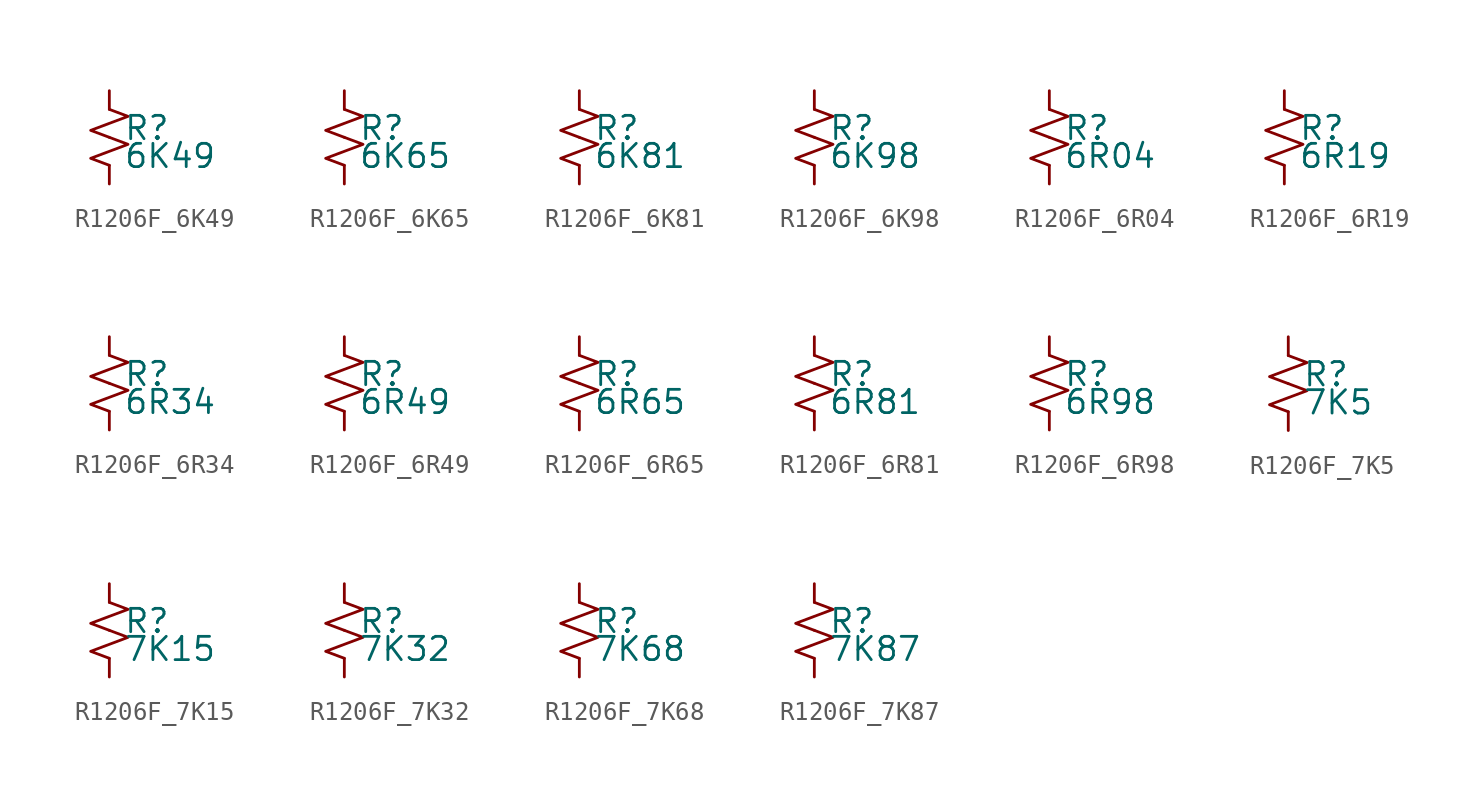
<source format=kicad_sym>
(kicad_symbol_lib
  (version 20220914)
  (generator kicad_symbol_editor)
  (symbol "R1206F_6K49"
    (pin_numbers hide)
    (pin_names
      (offset 0.254) hide)
    (property "Reference" "R"
      (at 0.762 0.508 0)
      (effects (font (size 1.27 1.27)) (justify left)))
    (property "Value" "6K49"
      (at 0.762 -1.016 0)
      (effects (font (size 1.27 1.27)) (justify left)))
    (symbol "R1206F_6K49_1_1"
      (polyline (pts (xy 0 0) (xy 1.016 -0.381) (xy 0 -0.762) (xy -1.016 -1.143) (xy 0 -1.524)) (stroke (width 0) (type default)) (fill (type none)))
      (polyline (pts (xy 0 1.524) (xy 1.016 1.143) (xy 0 0.762) (xy -1.016 0.381) (xy 0 0)) (stroke (width 0) (type default)) (fill (type none)))
      (pin passive line (at 0 2.54 270) (length 1.016) (name "~" (effects (font (size 1.27 1.27)))) (number "1" (effects (font (size 1.27 1.27)))))
      (pin passive line (at 0 -2.54 90) (length 1.016) (name "~" (effects (font (size 1.27 1.27)))) (number "2" (effects (font (size 1.27 1.27)))))))
  (symbol "R1206F_6K65"
    (pin_numbers hide)
    (pin_names
      (offset 0.254) hide)
    (property "Reference" "R"
      (at 0.762 0.508 0)
      (effects (font (size 1.27 1.27)) (justify left)))
    (property "Value" "6K65"
      (at 0.762 -1.016 0)
      (effects (font (size 1.27 1.27)) (justify left)))
    (symbol "R1206F_6K65_1_1"
      (polyline (pts (xy 0 0) (xy 1.016 -0.381) (xy 0 -0.762) (xy -1.016 -1.143) (xy 0 -1.524)) (stroke (width 0) (type default)) (fill (type none)))
      (polyline (pts (xy 0 1.524) (xy 1.016 1.143) (xy 0 0.762) (xy -1.016 0.381) (xy 0 0)) (stroke (width 0) (type default)) (fill (type none)))
      (pin passive line (at 0 2.54 270) (length 1.016) (name "~" (effects (font (size 1.27 1.27)))) (number "1" (effects (font (size 1.27 1.27)))))
      (pin passive line (at 0 -2.54 90) (length 1.016) (name "~" (effects (font (size 1.27 1.27)))) (number "2" (effects (font (size 1.27 1.27)))))))
  (symbol "R1206F_6K81"
    (pin_numbers hide)
    (pin_names
      (offset 0.254) hide)
    (property "Reference" "R"
      (at 0.762 0.508 0)
      (effects (font (size 1.27 1.27)) (justify left)))
    (property "Value" "6K81"
      (at 0.762 -1.016 0)
      (effects (font (size 1.27 1.27)) (justify left)))
    (symbol "R1206F_6K81_1_1"
      (polyline (pts (xy 0 0) (xy 1.016 -0.381) (xy 0 -0.762) (xy -1.016 -1.143) (xy 0 -1.524)) (stroke (width 0) (type default)) (fill (type none)))
      (polyline (pts (xy 0 1.524) (xy 1.016 1.143) (xy 0 0.762) (xy -1.016 0.381) (xy 0 0)) (stroke (width 0) (type default)) (fill (type none)))
      (pin passive line (at 0 2.54 270) (length 1.016) (name "~" (effects (font (size 1.27 1.27)))) (number "1" (effects (font (size 1.27 1.27)))))
      (pin passive line (at 0 -2.54 90) (length 1.016) (name "~" (effects (font (size 1.27 1.27)))) (number "2" (effects (font (size 1.27 1.27)))))))
  (symbol "R1206F_6K98"
    (pin_numbers hide)
    (pin_names
      (offset 0.254) hide)
    (property "Reference" "R"
      (at 0.762 0.508 0)
      (effects (font (size 1.27 1.27)) (justify left)))
    (property "Value" "6K98"
      (at 0.762 -1.016 0)
      (effects (font (size 1.27 1.27)) (justify left)))
    (symbol "R1206F_6K98_1_1"
      (polyline (pts (xy 0 0) (xy 1.016 -0.381) (xy 0 -0.762) (xy -1.016 -1.143) (xy 0 -1.524)) (stroke (width 0) (type default)) (fill (type none)))
      (polyline (pts (xy 0 1.524) (xy 1.016 1.143) (xy 0 0.762) (xy -1.016 0.381) (xy 0 0)) (stroke (width 0) (type default)) (fill (type none)))
      (pin passive line (at 0 2.54 270) (length 1.016) (name "~" (effects (font (size 1.27 1.27)))) (number "1" (effects (font (size 1.27 1.27)))))
      (pin passive line (at 0 -2.54 90) (length 1.016) (name "~" (effects (font (size 1.27 1.27)))) (number "2" (effects (font (size 1.27 1.27)))))))
  (symbol "R1206F_6R04"
    (pin_numbers hide)
    (pin_names
      (offset 0.254) hide)
    (property "Reference" "R"
      (at 0.762 0.508 0)
      (effects (font (size 1.27 1.27)) (justify left)))
    (property "Value" "6R04"
      (at 0.762 -1.016 0)
      (effects (font (size 1.27 1.27)) (justify left)))
    (symbol "R1206F_6R04_1_1"
      (polyline (pts (xy 0 0) (xy 1.016 -0.381) (xy 0 -0.762) (xy -1.016 -1.143) (xy 0 -1.524)) (stroke (width 0) (type default)) (fill (type none)))
      (polyline (pts (xy 0 1.524) (xy 1.016 1.143) (xy 0 0.762) (xy -1.016 0.381) (xy 0 0)) (stroke (width 0) (type default)) (fill (type none)))
      (pin passive line (at 0 2.54 270) (length 1.016) (name "~" (effects (font (size 1.27 1.27)))) (number "1" (effects (font (size 1.27 1.27)))))
      (pin passive line (at 0 -2.54 90) (length 1.016) (name "~" (effects (font (size 1.27 1.27)))) (number "2" (effects (font (size 1.27 1.27)))))))
  (symbol "R1206F_6R19"
    (pin_numbers hide)
    (pin_names
      (offset 0.254) hide)
    (property "Reference" "R"
      (at 0.762 0.508 0)
      (effects (font (size 1.27 1.27)) (justify left)))
    (property "Value" "6R19"
      (at 0.762 -1.016 0)
      (effects (font (size 1.27 1.27)) (justify left)))
    (symbol "R1206F_6R19_1_1"
      (polyline (pts (xy 0 0) (xy 1.016 -0.381) (xy 0 -0.762) (xy -1.016 -1.143) (xy 0 -1.524)) (stroke (width 0) (type default)) (fill (type none)))
      (polyline (pts (xy 0 1.524) (xy 1.016 1.143) (xy 0 0.762) (xy -1.016 0.381) (xy 0 0)) (stroke (width 0) (type default)) (fill (type none)))
      (pin passive line (at 0 2.54 270) (length 1.016) (name "~" (effects (font (size 1.27 1.27)))) (number "1" (effects (font (size 1.27 1.27)))))
      (pin passive line (at 0 -2.54 90) (length 1.016) (name "~" (effects (font (size 1.27 1.27)))) (number "2" (effects (font (size 1.27 1.27)))))))
  (symbol "R1206F_6R34"
    (pin_numbers hide)
    (pin_names
      (offset 0.254) hide)
    (property "Reference" "R"
      (at 0.762 0.508 0)
      (effects (font (size 1.27 1.27)) (justify left)))
    (property "Value" "6R34"
      (at 0.762 -1.016 0)
      (effects (font (size 1.27 1.27)) (justify left)))
    (symbol "R1206F_6R34_1_1"
      (polyline (pts (xy 0 0) (xy 1.016 -0.381) (xy 0 -0.762) (xy -1.016 -1.143) (xy 0 -1.524)) (stroke (width 0) (type default)) (fill (type none)))
      (polyline (pts (xy 0 1.524) (xy 1.016 1.143) (xy 0 0.762) (xy -1.016 0.381) (xy 0 0)) (stroke (width 0) (type default)) (fill (type none)))
      (pin passive line (at 0 2.54 270) (length 1.016) (name "~" (effects (font (size 1.27 1.27)))) (number "1" (effects (font (size 1.27 1.27)))))
      (pin passive line (at 0 -2.54 90) (length 1.016) (name "~" (effects (font (size 1.27 1.27)))) (number "2" (effects (font (size 1.27 1.27)))))))
  (symbol "R1206F_6R49"
    (pin_numbers hide)
    (pin_names
      (offset 0.254) hide)
    (property "Reference" "R"
      (at 0.762 0.508 0)
      (effects (font (size 1.27 1.27)) (justify left)))
    (property "Value" "6R49"
      (at 0.762 -1.016 0)
      (effects (font (size 1.27 1.27)) (justify left)))
    (symbol "R1206F_6R49_1_1"
      (polyline (pts (xy 0 0) (xy 1.016 -0.381) (xy 0 -0.762) (xy -1.016 -1.143) (xy 0 -1.524)) (stroke (width 0) (type default)) (fill (type none)))
      (polyline (pts (xy 0 1.524) (xy 1.016 1.143) (xy 0 0.762) (xy -1.016 0.381) (xy 0 0)) (stroke (width 0) (type default)) (fill (type none)))
      (pin passive line (at 0 2.54 270) (length 1.016) (name "~" (effects (font (size 1.27 1.27)))) (number "1" (effects (font (size 1.27 1.27)))))
      (pin passive line (at 0 -2.54 90) (length 1.016) (name "~" (effects (font (size 1.27 1.27)))) (number "2" (effects (font (size 1.27 1.27)))))))
  (symbol "R1206F_6R65"
    (pin_numbers hide)
    (pin_names
      (offset 0.254) hide)
    (property "Reference" "R"
      (at 0.762 0.508 0)
      (effects (font (size 1.27 1.27)) (justify left)))
    (property "Value" "6R65"
      (at 0.762 -1.016 0)
      (effects (font (size 1.27 1.27)) (justify left)))
    (symbol "R1206F_6R65_1_1"
      (polyline (pts (xy 0 0) (xy 1.016 -0.381) (xy 0 -0.762) (xy -1.016 -1.143) (xy 0 -1.524)) (stroke (width 0) (type default)) (fill (type none)))
      (polyline (pts (xy 0 1.524) (xy 1.016 1.143) (xy 0 0.762) (xy -1.016 0.381) (xy 0 0)) (stroke (width 0) (type default)) (fill (type none)))
      (pin passive line (at 0 2.54 270) (length 1.016) (name "~" (effects (font (size 1.27 1.27)))) (number "1" (effects (font (size 1.27 1.27)))))
      (pin passive line (at 0 -2.54 90) (length 1.016) (name "~" (effects (font (size 1.27 1.27)))) (number "2" (effects (font (size 1.27 1.27)))))))
  (symbol "R1206F_6R81"
    (pin_numbers hide)
    (pin_names
      (offset 0.254) hide)
    (property "Reference" "R"
      (at 0.762 0.508 0)
      (effects (font (size 1.27 1.27)) (justify left)))
    (property "Value" "6R81"
      (at 0.762 -1.016 0)
      (effects (font (size 1.27 1.27)) (justify left)))
    (symbol "R1206F_6R81_1_1"
      (polyline (pts (xy 0 0) (xy 1.016 -0.381) (xy 0 -0.762) (xy -1.016 -1.143) (xy 0 -1.524)) (stroke (width 0) (type default)) (fill (type none)))
      (polyline (pts (xy 0 1.524) (xy 1.016 1.143) (xy 0 0.762) (xy -1.016 0.381) (xy 0 0)) (stroke (width 0) (type default)) (fill (type none)))
      (pin passive line (at 0 2.54 270) (length 1.016) (name "~" (effects (font (size 1.27 1.27)))) (number "1" (effects (font (size 1.27 1.27)))))
      (pin passive line (at 0 -2.54 90) (length 1.016) (name "~" (effects (font (size 1.27 1.27)))) (number "2" (effects (font (size 1.27 1.27)))))))
  (symbol "R1206F_6R98"
    (pin_numbers hide)
    (pin_names
      (offset 0.254) hide)
    (property "Reference" "R"
      (at 0.762 0.508 0)
      (effects (font (size 1.27 1.27)) (justify left)))
    (property "Value" "6R98"
      (at 0.762 -1.016 0)
      (effects (font (size 1.27 1.27)) (justify left)))
    (symbol "R1206F_6R98_1_1"
      (polyline (pts (xy 0 0) (xy 1.016 -0.381) (xy 0 -0.762) (xy -1.016 -1.143) (xy 0 -1.524)) (stroke (width 0) (type default)) (fill (type none)))
      (polyline (pts (xy 0 1.524) (xy 1.016 1.143) (xy 0 0.762) (xy -1.016 0.381) (xy 0 0)) (stroke (width 0) (type default)) (fill (type none)))
      (pin passive line (at 0 2.54 270) (length 1.016) (name "~" (effects (font (size 1.27 1.27)))) (number "1" (effects (font (size 1.27 1.27)))))
      (pin passive line (at 0 -2.54 90) (length 1.016) (name "~" (effects (font (size 1.27 1.27)))) (number "2" (effects (font (size 1.27 1.27)))))))
  (symbol "R1206F_7K5"
    (pin_numbers hide)
    (pin_names
      (offset 0.254) hide)
    (property "Reference" "R"
      (at 0.762 0.508 0)
      (effects (font (size 1.27 1.27)) (justify left)))
    (property "Value" "7K5"
      (at 0.762 -1.016 0)
      (effects (font (size 1.27 1.27)) (justify left)))
    (symbol "R1206F_7K5_1_1"
      (polyline (pts (xy 0 0) (xy 1.016 -0.381) (xy 0 -0.762) (xy -1.016 -1.143) (xy 0 -1.524)) (stroke (width 0) (type default)) (fill (type none)))
      (polyline (pts (xy 0 1.524) (xy 1.016 1.143) (xy 0 0.762) (xy -1.016 0.381) (xy 0 0)) (stroke (width 0) (type default)) (fill (type none)))
      (pin passive line (at 0 2.54 270) (length 1.016) (name "~" (effects (font (size 1.27 1.27)))) (number "1" (effects (font (size 1.27 1.27)))))
      (pin passive line (at 0 -2.54 90) (length 1.016) (name "~" (effects (font (size 1.27 1.27)))) (number "2" (effects (font (size 1.27 1.27)))))))
  (symbol "R1206F_7K15"
    (pin_numbers hide)
    (pin_names
      (offset 0.254) hide)
    (property "Reference" "R"
      (at 0.762 0.508 0)
      (effects (font (size 1.27 1.27)) (justify left)))
    (property "Value" "7K15"
      (at 0.762 -1.016 0)
      (effects (font (size 1.27 1.27)) (justify left)))
    (symbol "R1206F_7K15_1_1"
      (polyline (pts (xy 0 0) (xy 1.016 -0.381) (xy 0 -0.762) (xy -1.016 -1.143) (xy 0 -1.524)) (stroke (width 0) (type default)) (fill (type none)))
      (polyline (pts (xy 0 1.524) (xy 1.016 1.143) (xy 0 0.762) (xy -1.016 0.381) (xy 0 0)) (stroke (width 0) (type default)) (fill (type none)))
      (pin passive line (at 0 2.54 270) (length 1.016) (name "~" (effects (font (size 1.27 1.27)))) (number "1" (effects (font (size 1.27 1.27)))))
      (pin passive line (at 0 -2.54 90) (length 1.016) (name "~" (effects (font (size 1.27 1.27)))) (number "2" (effects (font (size 1.27 1.27)))))))
  (symbol "R1206F_7K32"
    (pin_numbers hide)
    (pin_names
      (offset 0.254) hide)
    (property "Reference" "R"
      (at 0.762 0.508 0)
      (effects (font (size 1.27 1.27)) (justify left)))
    (property "Value" "7K32"
      (at 0.762 -1.016 0)
      (effects (font (size 1.27 1.27)) (justify left)))
    (symbol "R1206F_7K32_1_1"
      (polyline (pts (xy 0 0) (xy 1.016 -0.381) (xy 0 -0.762) (xy -1.016 -1.143) (xy 0 -1.524)) (stroke (width 0) (type default)) (fill (type none)))
      (polyline (pts (xy 0 1.524) (xy 1.016 1.143) (xy 0 0.762) (xy -1.016 0.381) (xy 0 0)) (stroke (width 0) (type default)) (fill (type none)))
      (pin passive line (at 0 2.54 270) (length 1.016) (name "~" (effects (font (size 1.27 1.27)))) (number "1" (effects (font (size 1.27 1.27)))))
      (pin passive line (at 0 -2.54 90) (length 1.016) (name "~" (effects (font (size 1.27 1.27)))) (number "2" (effects (font (size 1.27 1.27)))))))
  (symbol "R1206F_7K68"
    (pin_numbers hide)
    (pin_names
      (offset 0.254) hide)
    (property "Reference" "R"
      (at 0.762 0.508 0)
      (effects (font (size 1.27 1.27)) (justify left)))
    (property "Value" "7K68"
      (at 0.762 -1.016 0)
      (effects (font (size 1.27 1.27)) (justify left)))
    (symbol "R1206F_7K68_1_1"
      (polyline (pts (xy 0 0) (xy 1.016 -0.381) (xy 0 -0.762) (xy -1.016 -1.143) (xy 0 -1.524)) (stroke (width 0) (type default)) (fill (type none)))
      (polyline (pts (xy 0 1.524) (xy 1.016 1.143) (xy 0 0.762) (xy -1.016 0.381) (xy 0 0)) (stroke (width 0) (type default)) (fill (type none)))
      (pin passive line (at 0 2.54 270) (length 1.016) (name "~" (effects (font (size 1.27 1.27)))) (number "1" (effects (font (size 1.27 1.27)))))
      (pin passive line (at 0 -2.54 90) (length 1.016) (name "~" (effects (font (size 1.27 1.27)))) (number "2" (effects (font (size 1.27 1.27)))))))
  (symbol "R1206F_7K87"
    (pin_numbers hide)
    (pin_names
      (offset 0.254) hide)
    (property "Reference" "R"
      (at 0.762 0.508 0)
      (effects (font (size 1.27 1.27)) (justify left)))
    (property "Value" "7K87"
      (at 0.762 -1.016 0)
      (effects (font (size 1.27 1.27)) (justify left)))
    (symbol "R1206F_7K87_1_1"
      (polyline (pts (xy 0 0) (xy 1.016 -0.381) (xy 0 -0.762) (xy -1.016 -1.143) (xy 0 -1.524)) (stroke (width 0) (type default)) (fill (type none)))
      (polyline (pts (xy 0 1.524) (xy 1.016 1.143) (xy 0 0.762) (xy -1.016 0.381) (xy 0 0)) (stroke (width 0) (type default)) (fill (type none)))
      (pin passive line (at 0 2.54 270) (length 1.016) (name "~" (effects (font (size 1.27 1.27)))) (number "1" (effects (font (size 1.27 1.27)))))
      (pin passive line (at 0 -2.54 90) (length 1.016) (name "~" (effects (font (size 1.27 1.27)))) (number "2" (effects (font (size 1.27 1.27))))))))
</source>
